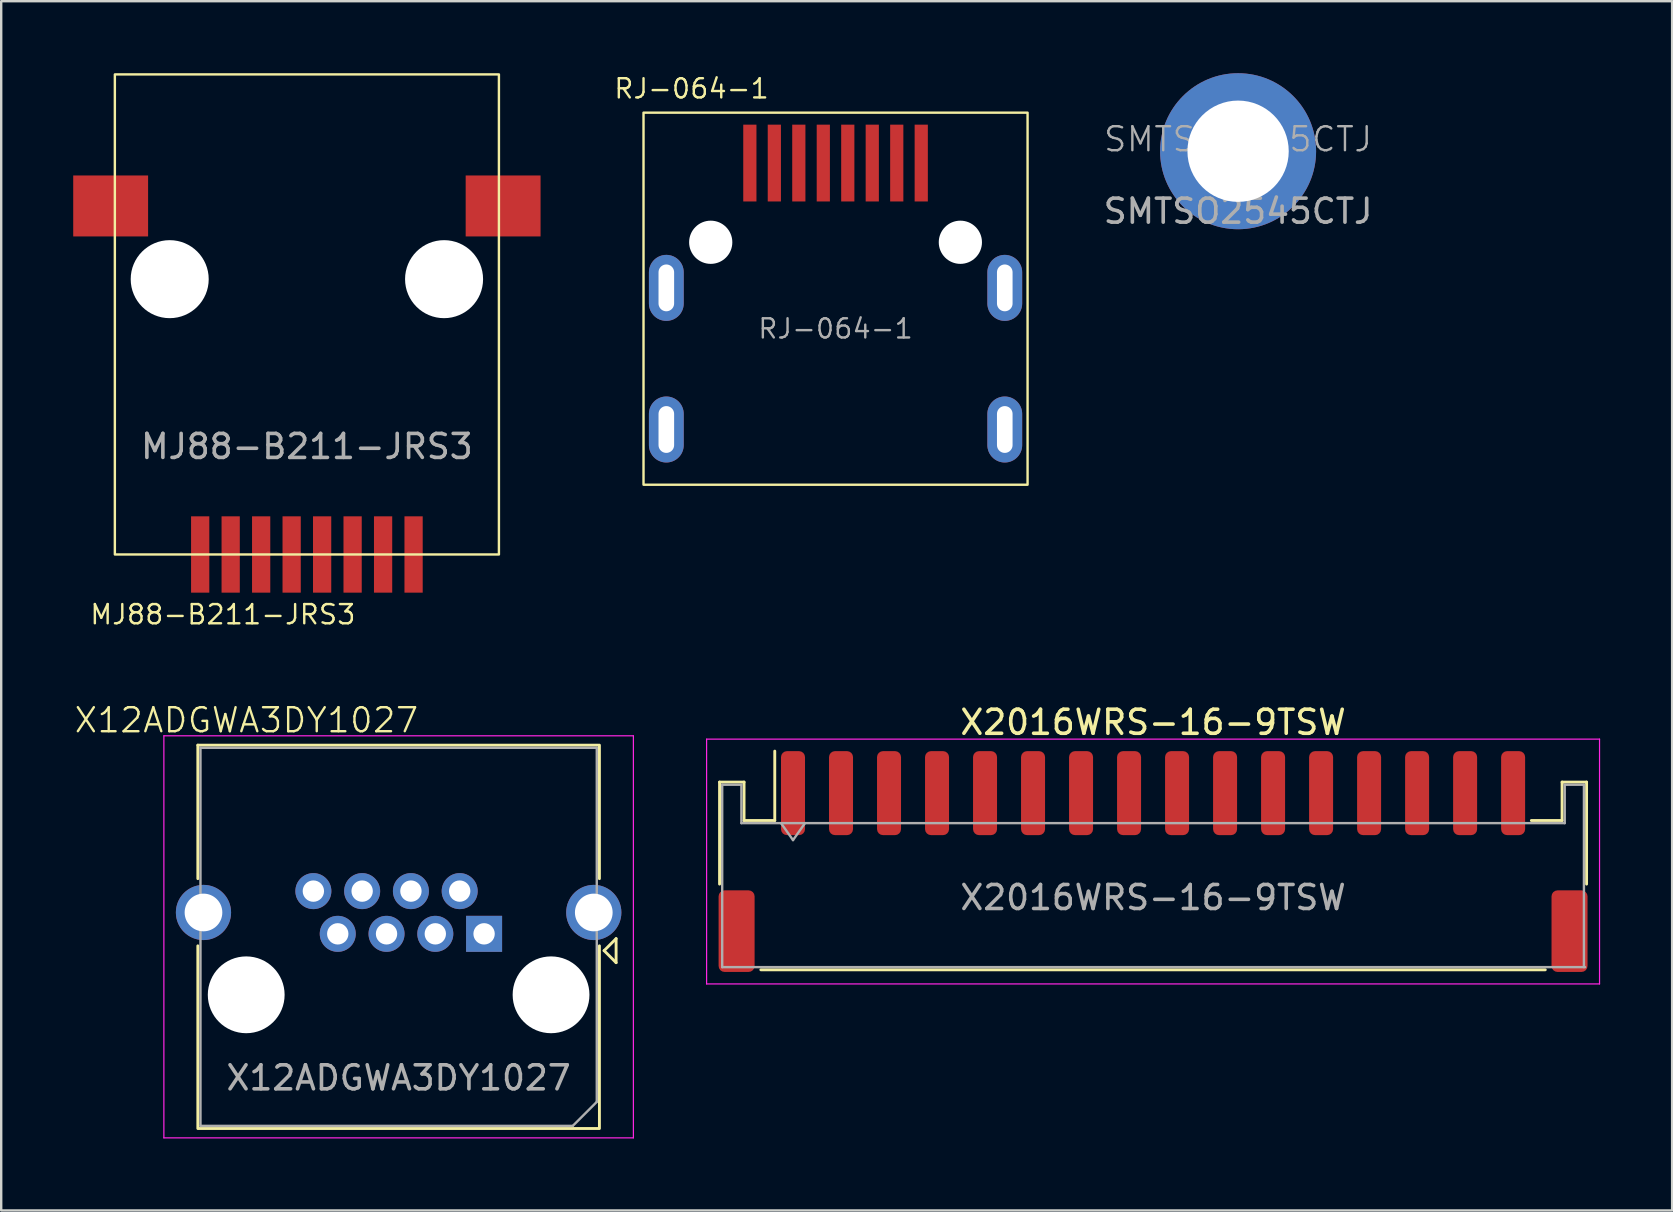
<source format=kicad_pcb>
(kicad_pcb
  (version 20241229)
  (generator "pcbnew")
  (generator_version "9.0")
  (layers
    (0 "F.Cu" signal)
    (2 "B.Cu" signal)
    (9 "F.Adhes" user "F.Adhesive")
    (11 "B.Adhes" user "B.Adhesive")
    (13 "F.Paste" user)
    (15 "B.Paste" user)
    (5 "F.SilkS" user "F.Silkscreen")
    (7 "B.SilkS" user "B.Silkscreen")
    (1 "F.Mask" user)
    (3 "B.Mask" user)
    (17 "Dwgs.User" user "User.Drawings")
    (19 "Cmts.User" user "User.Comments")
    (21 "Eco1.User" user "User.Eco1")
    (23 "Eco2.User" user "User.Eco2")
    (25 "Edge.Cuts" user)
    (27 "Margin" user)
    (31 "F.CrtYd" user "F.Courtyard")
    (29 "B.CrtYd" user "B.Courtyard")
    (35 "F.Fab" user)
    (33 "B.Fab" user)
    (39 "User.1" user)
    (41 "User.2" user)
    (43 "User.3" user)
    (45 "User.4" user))
  (footprint "MJ88-B211-JRS3"
    (layer "F.Cu")
    (at 9.735 20.05)
    (property "Reference" "MJ88-B211-JRS3" (at -3.5 2.5 0) (layer "F.SilkS") (effects (font (size 0.8 0.8) (thickness 0.1))))
    (attr smd)
    (fp_rect (start -8 -20) (end 8 0) (stroke (width 0.1) (type default)) (fill no) (layer "F.SilkS"))
    (fp_text user "${REFERENCE}" (at 0 -4.5 0) (layer "F.Fab") (effects (font (size 1 1) (thickness 0.15))))
    (pad "" np_thru_hole circle (at -5.715 -11.47) (size 3.25 3.25) (drill 3.25) (layers "*.Cu" "*.Mask"))
    (pad "" np_thru_hole circle (at 5.715 -11.47) (size 3.25 3.25) (drill 3.25) (layers "*.Cu" "*.Mask"))
    (pad "1" smd rect (at 4.445 0) (size 0.76 3.18) (layers "F.Cu" "F.Mask" "F.Paste"))
    (pad "2" smd rect (at 3.175 0) (size 0.76 3.18) (layers "F.Cu" "F.Mask" "F.Paste"))
    (pad "3" smd rect (at 1.905 0) (size 0.76 3.18) (layers "F.Cu" "F.Mask" "F.Paste"))
    (pad "4" smd rect (at 0.635 0) (size 0.76 3.18) (layers "F.Cu" "F.Mask" "F.Paste"))
    (pad "5" smd rect (at -0.635 0) (size 0.76 3.18) (layers "F.Cu" "F.Mask" "F.Paste"))
    (pad "6" smd rect (at -1.905 0) (size 0.76 3.18) (layers "F.Cu" "F.Mask" "F.Paste"))
    (pad "7" smd rect (at -3.175 0) (size 0.76 3.18) (layers "F.Cu" "F.Mask" "F.Paste"))
    (pad "8" smd rect (at -4.445 0) (size 0.76 3.18) (layers "F.Cu" "F.Mask" "F.Paste"))
    (pad "SH" smd rect (at -8.175 -14.52) (size 3.12 2.54) (layers "F.Cu" "F.Mask" "F.Paste"))
    (pad "SH" smd rect (at 8.175 -14.52) (size 3.12 2.54) (layers "F.Cu" "F.Mask" "F.Paste")))
  (footprint "SMTSO2545CTJ"
    (layer "F.Cu")
    (at 48.529 3.25)
    (property "Reference" "SMTSO2545CTJ" (at 0 -0.5 0) (unlocked yes) (layer "F.Fab") (effects (font (size 1 1) (thickness 0.1))))
    (attr through_hole)
    (fp_text user "${REFERENCE}" (at 0 2.5 0) (unlocked yes) (layer "F.Fab") (effects (font (size 1 1) (thickness 0.15))))
    (pad "1" thru_hole circle (at 0 0) (size 6.5 6.5) (drill 4.22) (layers "*.Cu" "*.Mask")))
  (footprint "X2016WRS-16-9TSW"
    (layer "F.Cu")
    (at 44.987 32.842)
    (property "Reference" "X2016WRS-16-9TSW" (at 0 -5.8 0) (layer "F.SilkS") (effects (font (size 1 1) (thickness 0.15))))
    (attr smd)
    (fp_line (start -18.06 -3.31) (end -17.04 -3.31) (stroke (width 0.12) (type solid)) (layer "F.SilkS"))
    (fp_line (start -18.06 0.94) (end -18.06 -3.31) (stroke (width 0.12) (type solid)) (layer "F.SilkS"))
    (fp_line (start -17.04 -3.31) (end -17.04 -1.71) (stroke (width 0.12) (type solid)) (layer "F.SilkS"))
    (fp_line (start -17.04 -1.71) (end -15.76 -1.71) (stroke (width 0.12) (type solid)) (layer "F.SilkS"))
    (fp_line (start -16.34 4.51) (end 16.34 4.51) (stroke (width 0.12) (type solid)) (layer "F.SilkS"))
    (fp_line (start -15.76 -1.71) (end -15.76 -4.6) (stroke (width 0.12) (type solid)) (layer "F.SilkS"))
    (fp_line (start 17.04 -3.31) (end 17.04 -1.71) (stroke (width 0.12) (type solid)) (layer "F.SilkS"))
    (fp_line (start 17.04 -1.71) (end 15.76 -1.71) (stroke (width 0.12) (type solid)) (layer "F.SilkS"))
    (fp_line (start 18.06 -3.31) (end 17.04 -3.31) (stroke (width 0.12) (type solid)) (layer "F.SilkS"))
    (fp_line (start 18.06 0.94) (end 18.06 -3.31) (stroke (width 0.12) (type solid)) (layer "F.SilkS"))
    (fp_line (start -18.6 -5.1) (end -18.6 5.1) (stroke (width 0.05) (type solid)) (layer "F.CrtYd"))
    (fp_line (start -18.6 5.1) (end 18.6 5.1) (stroke (width 0.05) (type solid)) (layer "F.CrtYd"))
    (fp_line (start 18.6 -5.1) (end -18.6 -5.1) (stroke (width 0.05) (type solid)) (layer "F.CrtYd"))
    (fp_line (start 18.6 5.1) (end 18.6 -5.1) (stroke (width 0.05) (type solid)) (layer "F.CrtYd"))
    (fp_line (start -17.95 -3.2) (end -17.95 4.4) (stroke (width 0.1) (type solid)) (layer "F.Fab"))
    (fp_line (start -17.95 -3.2) (end -17.15 -3.2) (stroke (width 0.1) (type solid)) (layer "F.Fab"))
    (fp_line (start -17.95 4.4) (end 18 4.4) (stroke (width 0.1) (type solid)) (layer "F.Fab"))
    (fp_line (start -17.15 -3.2) (end -17.15 -1.6) (stroke (width 0.1) (type solid)) (layer "F.Fab"))
    (fp_line (start -17.15 -1.6) (end 17.15 -1.6) (stroke (width 0.1) (type solid)) (layer "F.Fab"))
    (fp_line (start -15.5 -1.6) (end -15 -0.893) (stroke (width 0.1) (type solid)) (layer "F.Fab"))
    (fp_line (start -15 -0.893) (end -14.5 -1.6) (stroke (width 0.1) (type solid)) (layer "F.Fab"))
    (fp_line (start 17.15 -3.2) (end 17.95 -3.2) (stroke (width 0.1) (type solid)) (layer "F.Fab"))
    (fp_line (start 17.15 -1.6) (end 17.15 -3.2) (stroke (width 0.1) (type solid)) (layer "F.Fab"))
    (fp_line (start 17.95 -3.2) (end 17.95 4.4) (stroke (width 0.1) (type solid)) (layer "F.Fab"))
    (fp_text user "${REFERENCE}" (at 0 1.5 0) (layer "F.Fab") (effects (font (size 1 1) (thickness 0.15))))
    (pad "1" smd roundrect (at -15 -2.85) (size 1 3.5) (layers "F.Cu" "F.Mask" "F.Paste") (roundrect_rratio 0.25))
    (pad "2" smd roundrect (at -13 -2.85) (size 1 3.5) (layers "F.Cu" "F.Mask" "F.Paste") (roundrect_rratio 0.25))
    (pad "3" smd roundrect (at -11 -2.85) (size 1 3.5) (layers "F.Cu" "F.Mask" "F.Paste") (roundrect_rratio 0.25))
    (pad "4" smd roundrect (at -9 -2.85) (size 1 3.5) (layers "F.Cu" "F.Mask" "F.Paste") (roundrect_rratio 0.25))
    (pad "5" smd roundrect (at -7 -2.85) (size 1 3.5) (layers "F.Cu" "F.Mask" "F.Paste") (roundrect_rratio 0.25))
    (pad "6" smd roundrect (at -5 -2.85) (size 1 3.5) (layers "F.Cu" "F.Mask" "F.Paste") (roundrect_rratio 0.25))
    (pad "7" smd roundrect (at -3 -2.85) (size 1 3.5) (layers "F.Cu" "F.Mask" "F.Paste") (roundrect_rratio 0.25))
    (pad "8" smd roundrect (at -1 -2.85) (size 1 3.5) (layers "F.Cu" "F.Mask" "F.Paste") (roundrect_rratio 0.25))
    (pad "9" smd roundrect (at 1 -2.85) (size 1 3.5) (layers "F.Cu" "F.Mask" "F.Paste") (roundrect_rratio 0.25))
    (pad "10" smd roundrect (at 3 -2.85) (size 1 3.5) (layers "F.Cu" "F.Mask" "F.Paste") (roundrect_rratio 0.25))
    (pad "11" smd roundrect (at 5 -2.85) (size 1 3.5) (layers "F.Cu" "F.Mask" "F.Paste") (roundrect_rratio 0.25))
    (pad "12" smd roundrect (at 7 -2.85) (size 1 3.5) (layers "F.Cu" "F.Mask" "F.Paste") (roundrect_rratio 0.25))
    (pad "13" smd roundrect (at 9 -2.85) (size 1 3.5) (layers "F.Cu" "F.Mask" "F.Paste") (roundrect_rratio 0.25))
    (pad "14" smd roundrect (at 11 -2.85) (size 1 3.5) (layers "F.Cu" "F.Mask" "F.Paste") (roundrect_rratio 0.25))
    (pad "15" smd roundrect (at 13 -2.85) (size 1 3.5) (layers "F.Cu" "F.Mask" "F.Paste") (roundrect_rratio 0.25))
    (pad "16" smd roundrect (at 15 -2.85) (size 1 3.5) (layers "F.Cu" "F.Mask" "F.Paste") (roundrect_rratio 0.25))
    (pad "MP" smd roundrect (at -17.35 2.9) (size 1.5 3.4) (layers "F.Cu" "F.Mask" "F.Paste") (roundrect_rratio 0.167))
    (pad "MP" smd roundrect (at 17.35 2.9) (size 1.5 3.4) (layers "F.Cu" "F.Mask" "F.Paste") (roundrect_rratio 0.167)))
  (footprint "RJ-064-1"
    (layer "F.Cu")
    (at 31.759 2.143)
    (property "Reference" "RJ-064-1" (at -6 -1.5 0) (unlocked yes) (layer "F.SilkS") (effects (font (size 0.8 0.8) (thickness 0.1))))
    (attr through_hole)
    (fp_rect (start -8 -0.5) (end 8 15) (stroke (width 0.1) (type default)) (fill no) (layer "F.SilkS"))
    (fp_text user "${REFERENCE}" (at 0 8.5 0) (unlocked yes) (layer "F.Fab") (effects (font (size 0.8 0.8) (thickness 0.1))))
    (pad "" np_thru_hole circle (at -5.2 4.9) (size 1.8 1.8) (drill 1.8) (layers "*.Cu" "*.Mask"))
    (pad "" np_thru_hole circle (at 5.2 4.9) (size 1.8 1.8) (drill 1.8) (layers "*.Cu" "*.Mask"))
    (pad "1" smd rect (at 3.57 1.6) (size 0.55 3.2) (layers "F.Cu" "F.Mask" "F.Paste"))
    (pad "2" smd rect (at 2.55 1.6) (size 0.55 3.2) (layers "F.Cu" "F.Mask" "F.Paste"))
    (pad "3" smd rect (at 1.53 1.6) (size 0.55 3.2) (layers "F.Cu" "F.Mask" "F.Paste"))
    (pad "4" smd rect (at 0.51 1.6) (size 0.55 3.2) (layers "F.Cu" "F.Mask" "F.Paste"))
    (pad "5" smd rect (at -0.51 1.6) (size 0.55 3.2) (layers "F.Cu" "F.Mask" "F.Paste"))
    (pad "6" smd rect (at -1.53 1.6) (size 0.55 3.2) (layers "F.Cu" "F.Mask" "F.Paste"))
    (pad "7" smd rect (at -2.55 1.6) (size 0.55 3.2) (layers "F.Cu" "F.Mask" "F.Paste"))
    (pad "8" smd rect (at -3.57 1.6) (size 0.55 3.2) (layers "F.Cu" "F.Mask" "F.Paste"))
    (pad "SH" thru_hole oval (at -7.05 6.8) (size 1.45 2.75) (drill oval 0.65 1.95) (layers "*.Cu" "*.Mask"))
    (pad "SH" thru_hole oval (at -7.05 12.7) (size 1.45 2.75) (drill oval 0.65 1.95) (layers "*.Cu" "*.Mask"))
    (pad "SH" thru_hole oval (at 7.05 6.8) (size 1.45 2.75) (drill oval 0.65 1.95) (layers "*.Cu" "*.Mask"))
    (pad "SH" thru_hole oval (at 7.05 12.7) (size 1.45 2.75) (drill oval 0.65 1.95) (layers "*.Cu" "*.Mask")))
  (footprint "X12ADGWA3DY1027"
    (layer "F.Cu")
    (at 17.117 35.854)
    (property "Reference" "X12ADGWA3DY1027" (at -9.9 -8.9 0) (unlocked yes) (layer "F.SilkS") (effects (font (size 1 1) (thickness 0.1))))
    (attr through_hole)
    (fp_line (start -11.925 -7.86) (end -11.925 -2.3) (stroke (width 0.12) (type solid)) (layer "F.SilkS"))
    (fp_line (start -11.925 8.11) (end -11.925 0.5) (stroke (width 0.12) (type solid)) (layer "F.SilkS"))
    (fp_line (start 4.76 -7.86) (end -11.925 -7.86) (stroke (width 0.12) (type solid)) (layer "F.SilkS"))
    (fp_line (start 4.76 8.11) (end -11.88 8.11) (stroke (width 0.12) (type solid)) (layer "F.SilkS"))
    (fp_line (start 4.805 -7.86) (end 4.805 -2.3) (stroke (width 0.12) (type solid)) (layer "F.SilkS"))
    (fp_line (start 4.805 8.11) (end 4.805 0.5) (stroke (width 0.12) (type solid)) (layer "F.SilkS"))
    (fp_line (start 5 0.7) (end 5.5 0.2) (stroke (width 0.12) (type solid)) (layer "F.SilkS"))
    (fp_line (start 5.5 0.2) (end 5.5 1.2) (stroke (width 0.12) (type solid)) (layer "F.SilkS"))
    (fp_line (start 5.5 1.2) (end 5 0.7) (stroke (width 0.12) (type solid)) (layer "F.SilkS"))
    (fp_line (start -13.34 8.5) (end -13.34 -8.25) (stroke (width 0.05) (type solid)) (layer "F.CrtYd"))
    (fp_line (start 6.22 -8.25) (end -13.34 -8.25) (stroke (width 0.05) (type solid)) (layer "F.CrtYd"))
    (fp_line (start 6.22 8.5) (end -13.34 8.5) (stroke (width 0.05) (type solid)) (layer "F.CrtYd"))
    (fp_line (start 6.22 8.5) (end 6.22 -8.25) (stroke (width 0.05) (type solid)) (layer "F.CrtYd"))
    (fp_line (start -11.815 8) (end -11.815 -7.75) (stroke (width 0.1) (type solid)) (layer "F.Fab"))
    (fp_line (start 3.695 8) (end -11.815 8) (stroke (width 0.1) (type solid)) (layer "F.Fab"))
    (fp_line (start 4.695 -7.75) (end -11.815 -7.75) (stroke (width 0.1) (type solid)) (layer "F.Fab"))
    (fp_line (start 4.695 7) (end 3.695 8) (stroke (width 0.1) (type solid)) (layer "F.Fab"))
    (fp_line (start 4.695 7) (end 4.695 -7.75) (stroke (width 0.1) (type solid)) (layer "F.Fab"))
    (fp_text user "${REFERENCE}" (at -3.56 6 180) (layer "F.Fab") (effects (font (size 1 1) (thickness 0.15))))
    (pad "" np_thru_hole circle (at -9.91 2.54 180) (size 3.2 3.2) (drill 3.2) (layers "*.Cu" "*.Mask"))
    (pad "" np_thru_hole circle (at 2.79 2.54 180) (size 3.2 3.2) (drill 3.2) (layers "*.Cu" "*.Mask"))
    (pad "1" thru_hole rect (at 0 0 180) (size 1.5 1.5) (drill 0.89) (layers "*.Cu" "*.Mask"))
    (pad "2" thru_hole circle (at -1.016 -1.78 180) (size 1.5 1.5) (drill 0.89) (layers "*.Cu" "*.Mask"))
    (pad "3" thru_hole circle (at -2.032 0 180) (size 1.5 1.5) (drill 0.89) (layers "*.Cu" "*.Mask"))
    (pad "4" thru_hole circle (at -3.048 -1.78 180) (size 1.5 1.5) (drill 0.89) (layers "*.Cu" "*.Mask"))
    (pad "5" thru_hole circle (at -4.064 0 180) (size 1.5 1.5) (drill 0.89) (layers "*.Cu" "*.Mask"))
    (pad "6" thru_hole circle (at -5.08 -1.78 180) (size 1.5 1.5) (drill 0.89) (layers "*.Cu" "*.Mask"))
    (pad "7" thru_hole circle (at -6.096 0 180) (size 1.5 1.5) (drill 0.89) (layers "*.Cu" "*.Mask"))
    (pad "8" thru_hole circle (at -7.112 -1.78 180) (size 1.5 1.5) (drill 0.89) (layers "*.Cu" "*.Mask"))
    (pad "SH" thru_hole circle (at -11.69 -0.89 180) (size 2.3 2.3) (drill 1.57) (layers "*.Cu" "*.Mask"))
    (pad "SH" thru_hole circle (at 4.57 -0.89 180) (size 2.3 2.3) (drill 1.57) (layers "*.Cu" "*.Mask")))
  (gr_rect
    (start -3 -3)
    (end 66.612 47.379)
    (stroke (width 0.1) (type default))
    (fill no)
    (layer "Edge.Cuts")))
</source>
